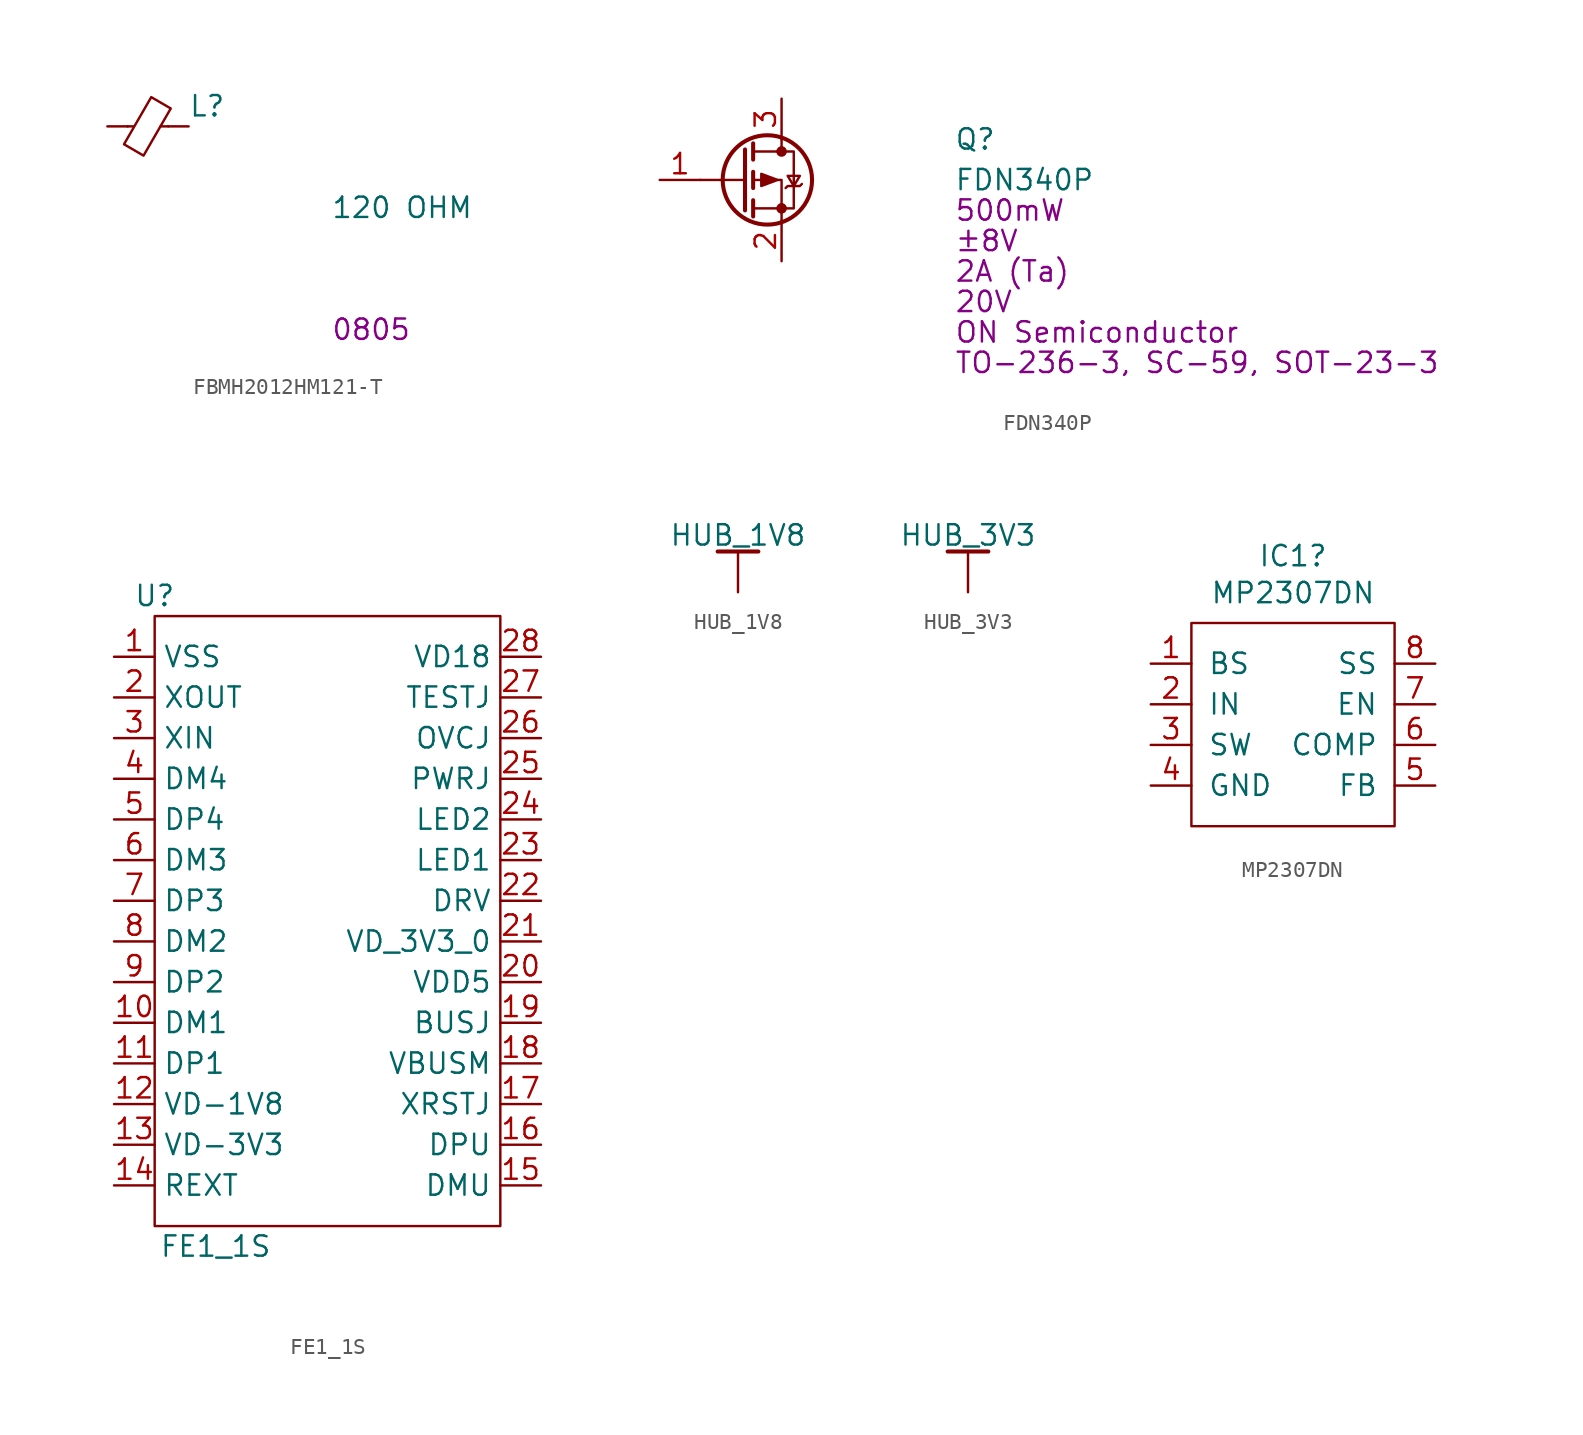
<source format=kicad_sym>
(kicad_symbol_lib
  (version 20220914)
  (generator kicad_symbol_editor)
  (symbol "FBMH2012HM121-T"
    (pin_numbers hide)
    (pin_names
      (offset 0.254) hide)
    (property "Reference" "L"
      (at 2.54 1.27 0)
      (effects (font (size 1.27 1.27)) (justify left)))
    (property "Value" "FBMH2012HM121-T"
      (at 11.43 -2.54 0)
      (effects (font (size 1.27 1.27)) (justify left)))
    (property "value" "120 OHM"
      (at 11.43 -5.08 0)
      (effects (font (size 1.27 1.27)) (justify left)))
    (property "Chip Set" "0805"
      (at 11.43 -12.7 0)
      (effects (font (size 1.27 1.27)) (justify left)))
    (symbol "FBMH2012HM121-T_1_1"
      (polyline (pts (xy -0.889 0) (xy -1.295 0)) (stroke (width 0) (type default)) (fill (type none)))
      (polyline (pts (xy 1.27 0) (xy 0.787 0)) (stroke (width 0) (type default)) (fill (type none)))
      (polyline (pts (xy -0.279 -1.829) (xy -1.499 -1.118) (xy 0.203 1.829) (xy 1.422 1.118) (xy -0.279 -1.829)) (stroke (width 0) (type default)) (fill (type none)))
      (pin passive line (at -2.54 0 0) (length 1.27) (name "~" (effects (font (size 1.27 1.27)))) (number "1" (effects (font (size 1.27 1.27)))))
      (pin passive line (at 2.54 0 180) (length 1.27) (name "~" (effects (font (size 1.27 1.27)))) (number "2" (effects (font (size 1.27 1.27)))))))
  (symbol "FDN340P"
    (pin_names
      (offset 0) hide)
    (property "Reference" "Q"
      (at 10.795 2.54 0)
      (effects (font (size 1.27 1.27)) (justify left)))
    (property "Value" "FDN340P"
      (at 10.795 0 0)
      (effects (font (size 1.27 1.27)) (justify left)))
    (property "Manufacturer" "ON Semiconductor"
      (at 10.795 -9.525 0)
      (effects (font (size 1.27 1.27)) (justify left)))
    (property "Vdss" "20V"
      (at 10.795 -7.62 0)
      (effects (font (size 1.27 1.27)) (justify left)))
    (property "Id" "2A (Ta)"
      (at 10.795 -5.715 0)
      (effects (font (size 1.27 1.27)) (justify left)))
    (property "Vgs (Max)" "±8V"
      (at 10.795 -3.81 0)
      (effects (font (size 1.27 1.27)) (justify left)))
    (property "Power Dissipation (Max)" "500mW "
      (at 10.795 -1.905 0)
      (effects (font (size 1.27 1.27)) (justify left)))
    (property "Chip code" "TO-236-3, SC-59, SOT-23-3"
      (at 10.795 -11.43 0)
      (effects (font (size 1.27 1.27)) (justify left)))
    (symbol "FDN340P_1_1"
      (circle (center -0.889 0) (radius 2.794) (stroke (width 0.254) (type default)) (fill (type none)))
      (circle (center 0 -1.778) (radius 0.254) (stroke (width 0) (type default)) (fill (type outline)))
      (polyline (pts (xy -2.286 0) (xy -5.08 0)) (stroke (width 0) (type default)) (fill (type none)))
      (polyline (pts (xy -2.286 1.905) (xy -2.286 -1.905)) (stroke (width 0.254) (type default)) (fill (type none)))
      (polyline (pts (xy -1.778 -1.27) (xy -1.778 -2.286)) (stroke (width 0.254) (type default)) (fill (type none)))
      (polyline (pts (xy -1.778 0.508) (xy -1.778 -0.508)) (stroke (width 0.254) (type default)) (fill (type none)))
      (polyline (pts (xy -1.778 2.286) (xy -1.778 1.27)) (stroke (width 0.254) (type default)) (fill (type none)))
      (polyline (pts (xy 0 2.54) (xy 0 1.778)) (stroke (width 0) (type default)) (fill (type none)))
      (polyline (pts (xy 0 -2.54) (xy 0 0) (xy -1.778 0)) (stroke (width 0) (type default)) (fill (type none)))
      (polyline (pts (xy -1.778 1.778) (xy 0.762 1.778) (xy 0.762 -1.778) (xy -1.778 -1.778)) (stroke (width 0) (type default)) (fill (type none)))
      (polyline (pts (xy -0.254 0) (xy -1.27 0.381) (xy -1.27 -0.381) (xy -0.254 0)) (stroke (width 0) (type default)) (fill (type outline)))
      (polyline (pts (xy 0.254 -0.508) (xy 0.381 -0.381) (xy 1.143 -0.381) (xy 1.27 -0.254)) (stroke (width 0) (type default)) (fill (type none)))
      (polyline (pts (xy 0.762 -0.381) (xy 0.381 0.254) (xy 1.143 0.254) (xy 0.762 -0.381)) (stroke (width 0) (type default)) (fill (type none)))
      (circle (center 0 1.778) (radius 0.254) (stroke (width 0) (type default)) (fill (type outline)))
      (pin input line (at -7.62 0 0) (length 2.54) (name "G" (effects (font (size 1.27 1.27)))) (number "1" (effects (font (size 1.27 1.27)))))
      (pin passive line (at 0 -5.08 90) (length 2.54) (name "S" (effects (font (size 1.27 1.27)))) (number "2" (effects (font (size 1.27 1.27)))))
      (pin passive line (at 0 5.08 270) (length 2.54) (name "D" (effects (font (size 1.27 1.27)))) (number "3" (effects (font (size 1.27 1.27)))))))
  (symbol "FE1_1S"
    (property "Reference" "U"
      (at -11.43 20.32 0)
      (effects (font (size 1.27 1.27))))
    (property "Value" "FE1_1S"
      (at -7.62 -20.32 0)
      (effects (font (size 1.27 1.27))))
    (symbol "FE1_1S_0_1"
      (rectangle (start -11.43 19.05) (end 10.16 -19.05) (stroke (width 0) (type default)) (fill (type none))))
    (symbol "FE1_1S_1_1"
      (pin power_in line (at -13.97 16.51 0) (length 2.54) (name "VSS" (effects (font (size 1.27 1.27)))) (number "1" (effects (font (size 1.27 1.27)))))
      (pin passive line (at -13.97 -6.35 0) (length 2.54) (name "DM1" (effects (font (size 1.27 1.27)))) (number "10" (effects (font (size 1.27 1.27)))))
      (pin passive line (at -13.97 -8.89 0) (length 2.54) (name "DP1" (effects (font (size 1.27 1.27)))) (number "11" (effects (font (size 1.27 1.27)))))
      (pin power_in line (at -13.97 -11.43 0) (length 2.54) (name "VD-1V8" (effects (font (size 1.27 1.27)))) (number "12" (effects (font (size 1.27 1.27)))))
      (pin power_in line (at -13.97 -13.97 0) (length 2.54) (name "VD-3V3" (effects (font (size 1.27 1.27)))) (number "13" (effects (font (size 1.27 1.27)))))
      (pin passive line (at -13.97 -16.51 0) (length 2.54) (name "REXT" (effects (font (size 1.27 1.27)))) (number "14" (effects (font (size 1.27 1.27)))))
      (pin passive line (at 12.7 -16.51 180) (length 2.54) (name "DMU" (effects (font (size 1.27 1.27)))) (number "15" (effects (font (size 1.27 1.27)))))
      (pin passive line (at 12.7 -13.97 180) (length 2.54) (name "DPU" (effects (font (size 1.27 1.27)))) (number "16" (effects (font (size 1.27 1.27)))))
      (pin passive line (at 12.7 -11.43 180) (length 2.54) (name "XRSTJ" (effects (font (size 1.27 1.27)))) (number "17" (effects (font (size 1.27 1.27)))))
      (pin passive line (at 12.7 -8.89 180) (length 2.54) (name "VBUSM" (effects (font (size 1.27 1.27)))) (number "18" (effects (font (size 1.27 1.27)))))
      (pin passive line (at 12.7 -6.35 180) (length 2.54) (name "BUSJ" (effects (font (size 1.27 1.27)))) (number "19" (effects (font (size 1.27 1.27)))))
      (pin passive line (at -13.97 13.97 0) (length 2.54) (name "XOUT" (effects (font (size 1.27 1.27)))) (number "2" (effects (font (size 1.27 1.27)))))
      (pin power_in line (at 12.7 -3.81 180) (length 2.54) (name "VDD5" (effects (font (size 1.27 1.27)))) (number "20" (effects (font (size 1.27 1.27)))))
      (pin power_in line (at 12.7 -1.27 180) (length 2.54) (name "VD_3V3_0" (effects (font (size 1.27 1.27)))) (number "21" (effects (font (size 1.27 1.27)))))
      (pin passive line (at 12.7 1.27 180) (length 2.54) (name "DRV" (effects (font (size 1.27 1.27)))) (number "22" (effects (font (size 1.27 1.27)))))
      (pin passive line (at 12.7 3.81 180) (length 2.54) (name "LED1" (effects (font (size 1.27 1.27)))) (number "23" (effects (font (size 1.27 1.27)))))
      (pin passive line (at 12.7 6.35 180) (length 2.54) (name "LED2" (effects (font (size 1.27 1.27)))) (number "24" (effects (font (size 1.27 1.27)))))
      (pin passive line (at 12.7 8.89 180) (length 2.54) (name "PWRJ" (effects (font (size 1.27 1.27)))) (number "25" (effects (font (size 1.27 1.27)))))
      (pin passive line (at 12.7 11.43 180) (length 2.54) (name "OVCJ" (effects (font (size 1.27 1.27)))) (number "26" (effects (font (size 1.27 1.27)))))
      (pin passive line (at 12.7 13.97 180) (length 2.54) (name "TESTJ" (effects (font (size 1.27 1.27)))) (number "27" (effects (font (size 1.27 1.27)))))
      (pin power_in line (at 12.7 16.51 180) (length 2.54) (name "VD18" (effects (font (size 1.27 1.27)))) (number "28" (effects (font (size 1.27 1.27)))))
      (pin passive line (at -13.97 11.43 0) (length 2.54) (name "XIN" (effects (font (size 1.27 1.27)))) (number "3" (effects (font (size 1.27 1.27)))))
      (pin passive line (at -13.97 8.89 0) (length 2.54) (name "DM4" (effects (font (size 1.27 1.27)))) (number "4" (effects (font (size 1.27 1.27)))))
      (pin passive line (at -13.97 6.35 0) (length 2.54) (name "DP4" (effects (font (size 1.27 1.27)))) (number "5" (effects (font (size 1.27 1.27)))))
      (pin passive line (at -13.97 3.81 0) (length 2.54) (name "DM3" (effects (font (size 1.27 1.27)))) (number "6" (effects (font (size 1.27 1.27)))))
      (pin passive line (at -13.97 1.27 0) (length 2.54) (name "DP3" (effects (font (size 1.27 1.27)))) (number "7" (effects (font (size 1.27 1.27)))))
      (pin passive line (at -13.97 -1.27 0) (length 2.54) (name "DM2" (effects (font (size 1.27 1.27)))) (number "8" (effects (font (size 1.27 1.27)))))
      (pin passive line (at -13.97 -3.81 0) (length 2.54) (name "DP2" (effects (font (size 1.27 1.27)))) (number "9" (effects (font (size 1.27 1.27)))))))
  (symbol "HUB_1V8"
    (power)
    (pin_names
      (offset 0))
    (property "Reference" "#PWR"
      (at -3.81 -3.81 0)
      (effects (font (size 1.27 1.27)) hide))
    (property "Value" "HUB_1V8"
      (at 0 3.556 0)
      (effects (font (size 1.27 1.27))))
    (symbol "HUB_1V8_0_1"
      (polyline (pts (xy 0 2.54) (xy 0 0)) (stroke (width 0) (type default)) (fill (type none)))
      (polyline (pts (xy 1.27 2.54) (xy -1.27 2.54)) (stroke (width 0.254) (type default)) (fill (type none))))
    (symbol "HUB_1V8_1_1"
      (pin power_in line (at 0 0 90) (length 0) hide (name "HUB_1V8" (effects (font (size 1.27 1.27)))) (number "1" (effects (font (size 1.27 1.27)))))))
  (symbol "HUB_3V3"
    (power)
    (pin_names
      (offset 0))
    (property "Reference" "#PWR"
      (at 0 -3.81 0)
      (effects (font (size 1.27 1.27)) hide))
    (property "Value" "HUB_3V3"
      (at 0 3.556 0)
      (effects (font (size 1.27 1.27))))
    (symbol "HUB_3V3_0_1"
      (polyline (pts (xy 0 2.54) (xy 0 0)) (stroke (width 0) (type default)) (fill (type none)))
      (polyline (pts (xy 1.27 2.54) (xy -1.27 2.54)) (stroke (width 0.254) (type default)) (fill (type none))))
    (symbol "HUB_3V3_1_1"
      (pin power_in line (at 0 0 90) (length 0) hide (name "+HUB_3v3" (effects (font (size 1.27 1.27)))) (number "1" (effects (font (size 1.27 1.27)))))))
  (symbol "MP2307DN"
    (pin_names
      (offset 1.016))
    (property "Reference" "IC1"
      (at 0 10.541 0)
      (effects (font (size 1.27 1.27))))
    (property "Value" "MP2307DN"
      (at 0 8.23 0)
      (effects (font (size 1.27 1.27))))
    (symbol "MP2307DN_0_1"
      (rectangle (start -6.35 6.35) (end 6.35 -6.35) (stroke (width 0) (type default)) (fill (type none))))
    (symbol "MP2307DN_1_1"
      (pin input line (at -8.89 3.81 0) (length 2.54) (name "BS" (effects (font (size 1.27 1.27)))) (number "1" (effects (font (size 1.27 1.27)))))
      (pin input line (at -8.89 1.27 0) (length 2.54) (name "IN" (effects (font (size 1.27 1.27)))) (number "2" (effects (font (size 1.27 1.27)))))
      (pin input line (at -8.89 -1.27 0) (length 2.54) (name "SW" (effects (font (size 1.27 1.27)))) (number "3" (effects (font (size 1.27 1.27)))))
      (pin passive line (at -8.89 -3.81 0) (length 2.54) (name "GND" (effects (font (size 1.27 1.27)))) (number "4" (effects (font (size 1.27 1.27)))))
      (pin input line (at 8.89 -3.81 180) (length 2.54) (name "FB" (effects (font (size 1.27 1.27)))) (number "5" (effects (font (size 1.27 1.27)))))
      (pin input line (at 8.89 -1.27 180) (length 2.54) (name "COMP" (effects (font (size 1.27 1.27)))) (number "6" (effects (font (size 1.27 1.27)))))
      (pin input line (at 8.89 1.27 180) (length 2.54) (name "EN" (effects (font (size 1.27 1.27)))) (number "7" (effects (font (size 1.27 1.27)))))
      (pin input line (at 8.89 3.81 180) (length 2.54) (name "SS" (effects (font (size 1.27 1.27)))) (number "8" (effects (font (size 1.27 1.27)))))
      (pin passive line (at -8.89 -3.81 0) (length 2.54) hide (name "GND" (effects (font (size 1.27 1.27)))) (number "9" (effects (font (size 1.27 1.27))))))))
</source>
